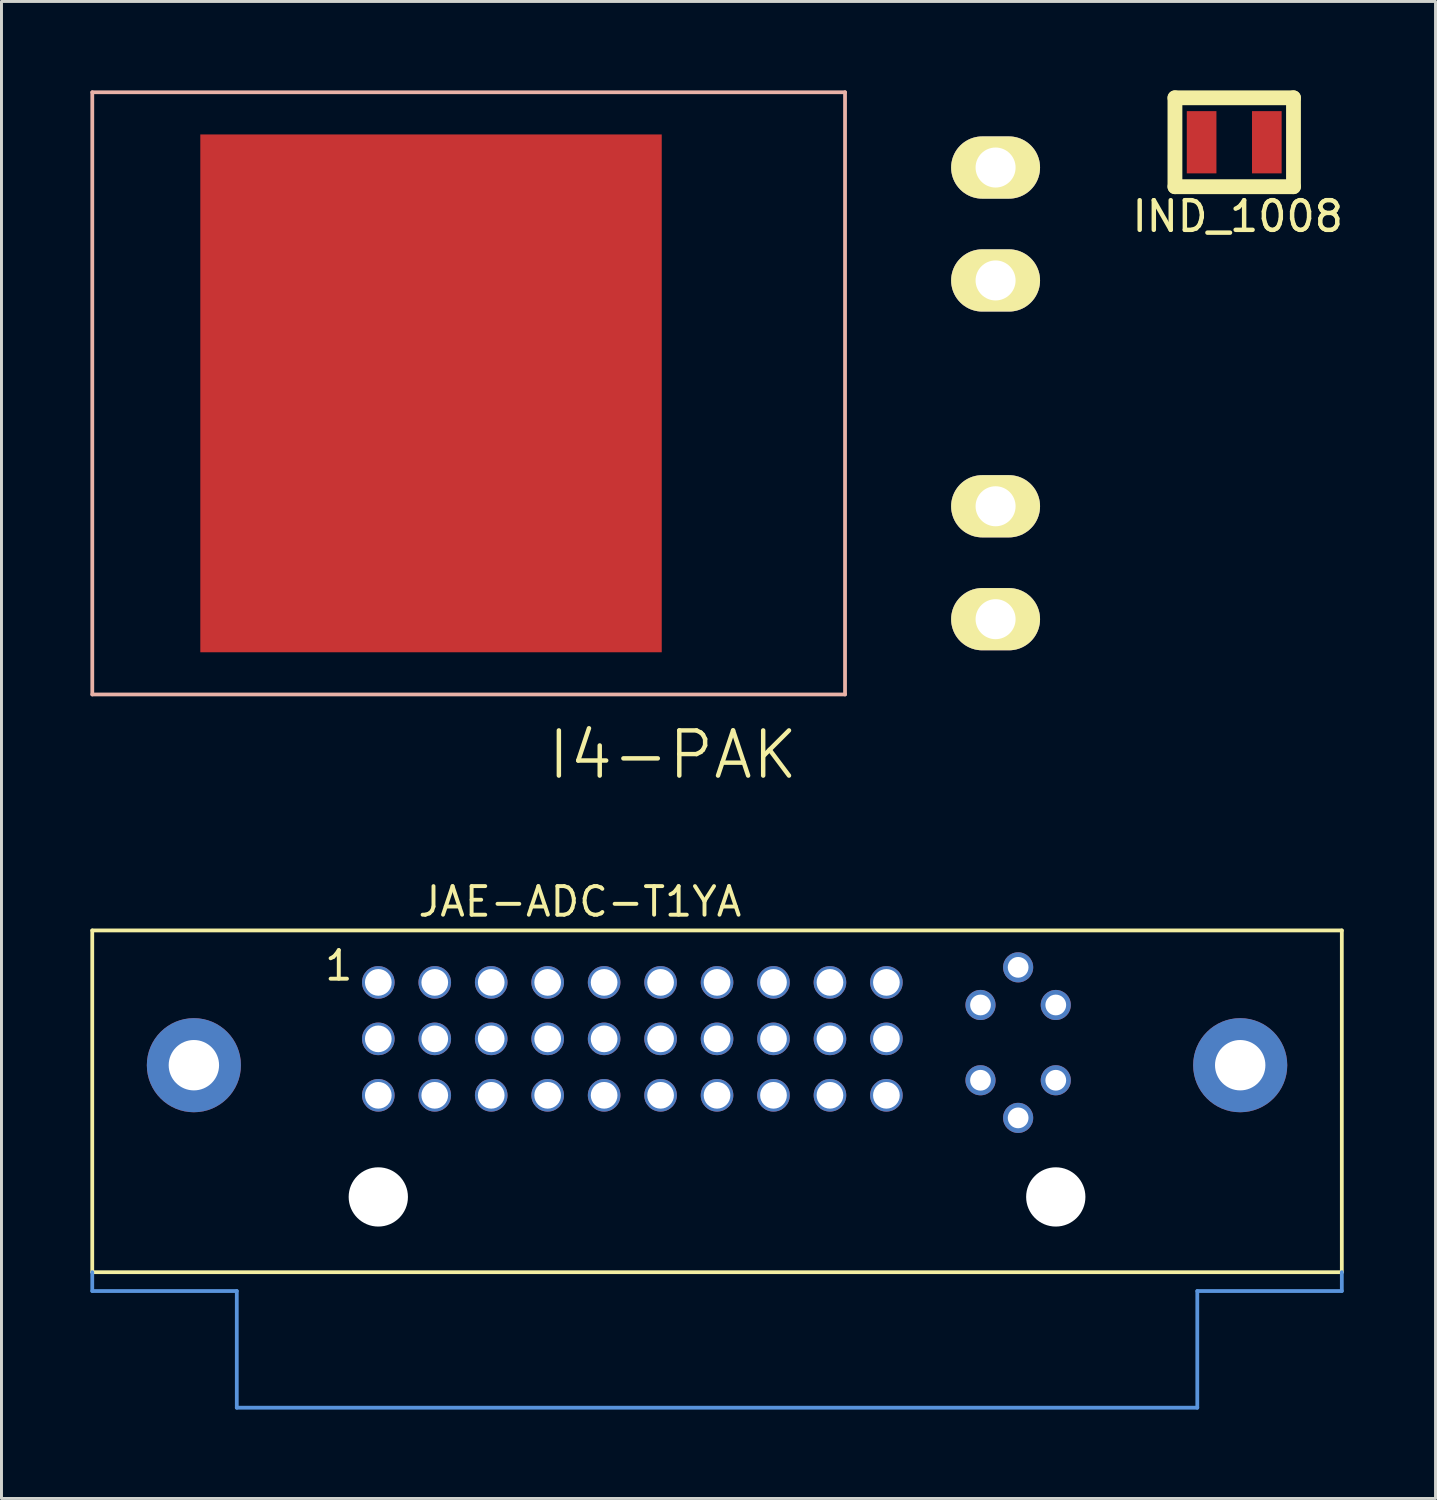
<source format=kicad_pcb>
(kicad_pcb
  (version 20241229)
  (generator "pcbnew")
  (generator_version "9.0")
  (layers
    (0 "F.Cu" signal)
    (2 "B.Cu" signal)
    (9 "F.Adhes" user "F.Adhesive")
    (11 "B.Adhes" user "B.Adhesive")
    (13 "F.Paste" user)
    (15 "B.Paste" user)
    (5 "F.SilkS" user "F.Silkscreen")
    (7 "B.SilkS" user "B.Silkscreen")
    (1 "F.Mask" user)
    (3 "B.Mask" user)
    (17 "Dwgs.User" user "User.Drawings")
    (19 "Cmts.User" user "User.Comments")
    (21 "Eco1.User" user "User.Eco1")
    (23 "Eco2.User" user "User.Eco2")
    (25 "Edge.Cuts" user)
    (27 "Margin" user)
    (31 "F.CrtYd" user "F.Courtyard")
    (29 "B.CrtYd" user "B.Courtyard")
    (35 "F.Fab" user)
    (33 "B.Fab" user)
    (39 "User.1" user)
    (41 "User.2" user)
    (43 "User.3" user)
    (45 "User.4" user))
  (footprint "IND_1008"
    (layer "F.Cu")
    (at 38.596 1.75)
    (property "Reference" "IND_1008" (at 0.12 2.5 0) (layer "F.SilkS") (effects (font (size 1 1) (thickness 0.15))))
    (attr through_hole)
    (fp_line (start -2 -1.5) (end 2 -1.5) (stroke (width 0.5) (type solid)) (layer "F.SilkS"))
    (fp_line (start -2 1.5) (end -2 -1.5) (stroke (width 0.5) (type solid)) (layer "F.SilkS"))
    (fp_line (start 2 -1.5) (end 2 1.5) (stroke (width 0.5) (type solid)) (layer "F.SilkS"))
    (fp_line (start 2 1.5) (end -2 1.5) (stroke (width 0.5) (type solid)) (layer "F.SilkS"))
    (pad "1" smd rect (at -1.1 0) (size 1 2.1) (layers "F.Cu" "F.Mask" "F.Paste"))
    (pad "2" smd rect (at 1.1 0) (size 1 2.1) (layers "F.Cu" "F.Mask" "F.Paste")))
  (footprint "JAE-ADC-T1YA"
    (layer "F.Cu")
    (at 21.145 39.878)
    (property "Reference" "JAE-ADC-T1YA" (at -10.16 -11.938 0) (layer "F.SilkS") (effects (font (size 0.965 0.965) (thickness 0.132)) (justify left bottom)))
    (attr through_hole)
    (fp_line (start -21.082 -11.532) (end -21.082 0) (stroke (width 0.127) (type solid)) (layer "F.SilkS"))
    (fp_line (start -21.082 0) (end 21.082 0) (stroke (width 0.127) (type solid)) (layer "F.SilkS"))
    (fp_line (start 21.082 -11.532) (end -21.082 -11.532) (stroke (width 0.127) (type solid)) (layer "F.SilkS"))
    (fp_line (start 21.082 0) (end 21.082 -11.532) (stroke (width 0.127) (type solid)) (layer "F.SilkS"))
    (fp_line (start -21.082 0.635) (end -21.082 0) (stroke (width 0.127) (type solid)) (layer "Cmts.User"))
    (fp_line (start -16.205 0.635) (end -21.082 0.635) (stroke (width 0.127) (type solid)) (layer "Cmts.User"))
    (fp_line (start -16.205 4.572) (end -16.205 0.635) (stroke (width 0.127) (type solid)) (layer "Cmts.User"))
    (fp_line (start 16.205 0.635) (end 16.205 4.572) (stroke (width 0.127) (type solid)) (layer "Cmts.User"))
    (fp_line (start 16.205 4.572) (end -16.205 4.572) (stroke (width 0.127) (type solid)) (layer "Cmts.User"))
    (fp_line (start 21.082 0) (end 21.082 0.635) (stroke (width 0.127) (type solid)) (layer "Cmts.User"))
    (fp_line (start 21.082 0.635) (end 16.205 0.635) (stroke (width 0.127) (type solid)) (layer "Cmts.User"))
    (fp_text user "1" (at -13.31 -9.779 0) (layer "F.SilkS") (effects (font (size 0.965 0.965) (thickness 0.132)) (justify left bottom)))
    (pad "" np_thru_hole circle (at -11.43 -2.54) (size 2 2) (drill 2) (layers "*.Cu" "*.Mask"))
    (pad "" np_thru_hole circle (at 11.43 -2.54) (size 2 2) (drill 2) (layers "*.Cu" "*.Mask"))
    (pad "1" thru_hole circle (at -11.43 -9.779) (size 1.1 1.1) (drill 0.9) (layers "*.Cu" "*.Mask"))
    (pad "2" thru_hole circle (at -9.525 -9.779) (size 1.1 1.1) (drill 0.9) (layers "*.Cu" "*.Mask"))
    (pad "3" thru_hole circle (at -7.62 -9.779) (size 1.1 1.1) (drill 0.9) (layers "*.Cu" "*.Mask"))
    (pad "4" thru_hole circle (at -5.715 -9.779) (size 1.1 1.1) (drill 0.9) (layers "*.Cu" "*.Mask"))
    (pad "5" thru_hole circle (at -3.81 -9.779) (size 1.1 1.1) (drill 0.9) (layers "*.Cu" "*.Mask"))
    (pad "6" thru_hole circle (at -1.905 -9.779) (size 1.1 1.1) (drill 0.9) (layers "*.Cu" "*.Mask"))
    (pad "7" thru_hole circle (at 0 -9.779) (size 1.1 1.1) (drill 0.9) (layers "*.Cu" "*.Mask"))
    (pad "8" thru_hole circle (at 1.905 -9.779) (size 1.1 1.1) (drill 0.9) (layers "*.Cu" "*.Mask"))
    (pad "9" thru_hole circle (at 3.81 -9.779) (size 1.1 1.1) (drill 0.9) (layers "*.Cu" "*.Mask"))
    (pad "10" thru_hole circle (at 5.715 -9.779) (size 1.1 1.1) (drill 0.9) (layers "*.Cu" "*.Mask"))
    (pad "11" thru_hole circle (at -11.43 -7.874) (size 1.1 1.1) (drill 0.9) (layers "*.Cu" "*.Mask"))
    (pad "12" thru_hole circle (at -9.525 -7.874) (size 1.1 1.1) (drill 0.9) (layers "*.Cu" "*.Mask"))
    (pad "13" thru_hole circle (at -7.62 -7.874) (size 1.1 1.1) (drill 0.9) (layers "*.Cu" "*.Mask"))
    (pad "14" thru_hole circle (at -5.715 -7.874) (size 1.1 1.1) (drill 0.9) (layers "*.Cu" "*.Mask"))
    (pad "15" thru_hole circle (at -3.81 -7.874) (size 1.1 1.1) (drill 0.9) (layers "*.Cu" "*.Mask"))
    (pad "16" thru_hole circle (at -1.905 -7.874) (size 1.1 1.1) (drill 0.9) (layers "*.Cu" "*.Mask"))
    (pad "17" thru_hole circle (at 0 -7.874) (size 1.1 1.1) (drill 0.9) (layers "*.Cu" "*.Mask"))
    (pad "18" thru_hole circle (at 1.905 -7.874) (size 1.1 1.1) (drill 0.9) (layers "*.Cu" "*.Mask"))
    (pad "19" thru_hole circle (at 3.81 -7.874) (size 1.1 1.1) (drill 0.9) (layers "*.Cu" "*.Mask"))
    (pad "20" thru_hole circle (at 5.715 -7.874) (size 1.1 1.1) (drill 0.9) (layers "*.Cu" "*.Mask"))
    (pad "21" thru_hole circle (at -11.43 -5.969) (size 1.1 1.1) (drill 0.9) (layers "*.Cu" "*.Mask"))
    (pad "22" thru_hole circle (at -9.525 -5.969) (size 1.1 1.1) (drill 0.9) (layers "*.Cu" "*.Mask"))
    (pad "23" thru_hole circle (at -7.62 -5.969) (size 1.1 1.1) (drill 0.9) (layers "*.Cu" "*.Mask"))
    (pad "24" thru_hole circle (at -5.715 -5.969) (size 1.1 1.1) (drill 0.9) (layers "*.Cu" "*.Mask"))
    (pad "25" thru_hole circle (at -3.81 -5.969) (size 1.1 1.1) (drill 0.9) (layers "*.Cu" "*.Mask"))
    (pad "26" thru_hole circle (at -1.905 -5.969) (size 1.1 1.1) (drill 0.9) (layers "*.Cu" "*.Mask"))
    (pad "27" thru_hole circle (at 0 -5.969) (size 1.1 1.1) (drill 0.9) (layers "*.Cu" "*.Mask"))
    (pad "28" thru_hole circle (at 1.905 -5.969) (size 1.1 1.1) (drill 0.9) (layers "*.Cu" "*.Mask"))
    (pad "29" thru_hole circle (at 3.81 -5.969) (size 1.1 1.1) (drill 0.9) (layers "*.Cu" "*.Mask"))
    (pad "30" thru_hole circle (at 5.715 -5.969) (size 1.1 1.1) (drill 0.9) (layers "*.Cu" "*.Mask"))
    (pad "C1" thru_hole circle (at 8.89 -9.017) (size 1.016 1.016) (drill 0.7) (layers "*.Cu" "*.Mask"))
    (pad "C2" thru_hole circle (at 11.43 -9.017) (size 1.016 1.016) (drill 0.7) (layers "*.Cu" "*.Mask"))
    (pad "C3" thru_hole circle (at 8.89 -6.477) (size 1.016 1.016) (drill 0.7) (layers "*.Cu" "*.Mask"))
    (pad "C4" thru_hole circle (at 11.43 -6.477) (size 1.016 1.016) (drill 0.7) (layers "*.Cu" "*.Mask"))
    (pad "C5@1" thru_hole circle (at 10.16 -10.287) (size 1.016 1.016) (drill 0.7) (layers "*.Cu" "*.Mask"))
    (pad "C5@2" thru_hole circle (at 10.16 -5.207) (size 1.016 1.016) (drill 0.7) (layers "*.Cu" "*.Mask"))
    (pad "SHIELD@1" thru_hole circle (at -17.653 -6.985) (size 3.175 3.175) (drill 1.7) (layers "*.Cu" "*.Mask"))
    (pad "SHIELD@2" thru_hole circle (at 17.653 -6.985) (size 3.175 3.175) (drill 1.7) (layers "*.Cu" "*.Mask")))
  (footprint "I4-PAK"
    (layer "F.Cu")
    (at 21.654 10.223)
    (property "Reference" "I4-PAK" (at -2 12.2 0) (layer "F.SilkS") (effects (font (size 1.524 1.524) (thickness 0.15))))
    (attr smd)
    (fp_line (start -21.59 -10.16) (end 3.81 -10.16) (stroke (width 0.127) (type solid)) (layer "B.SilkS"))
    (fp_line (start -21.59 10.16) (end -21.59 -10.16) (stroke (width 0.127) (type solid)) (layer "B.SilkS"))
    (fp_line (start 3.81 -10.16) (end 3.81 10.16) (stroke (width 0.127) (type solid)) (layer "B.SilkS"))
    (fp_line (start 3.81 10.16) (end -21.59 10.16) (stroke (width 0.127) (type solid)) (layer "B.SilkS"))
    (pad "1" thru_hole oval (at 8.89 7.62 90) (size 2.1 3) (drill 1.35) (layers "*.Cu" "F.Mask" "F.SilkS" "F.Paste"))
    (pad "2" thru_hole oval (at 8.89 3.81 90) (size 2.1 3) (drill 1.35) (layers "*.Cu" "F.Mask" "F.SilkS" "F.Paste"))
    (pad "3" thru_hole oval (at 8.89 -3.81 90) (size 2.1 3) (drill 1.35) (layers "*.Cu" "F.Mask" "F.SilkS" "F.Paste"))
    (pad "4" thru_hole oval (at 8.89 -7.62 90) (size 2.1 3) (drill 1.35) (layers "*.Cu" "F.Mask" "F.SilkS" "F.Paste"))
    (pad "PAD" smd rect (at -10.16 0) (size 15.57 17.473) (layers "F.Cu" "F.Mask" "F.Paste")))
  (gr_rect
    (start -3 -3)
    (end 45.389 47.513)
    (stroke (width 0.1) (type default))
    (fill no)
    (layer "Edge.Cuts")))
</source>
